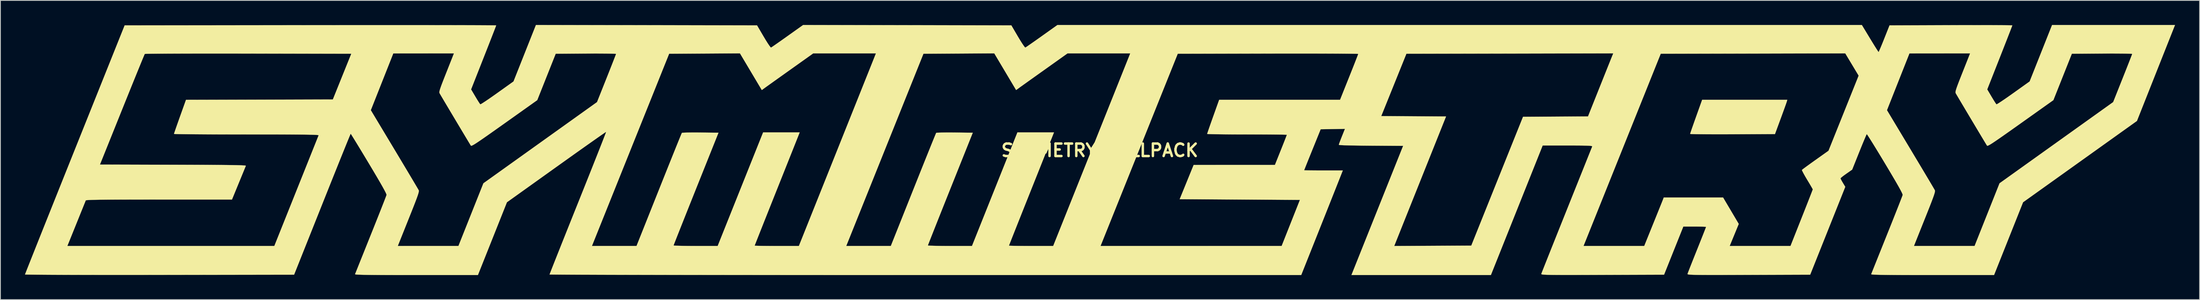
<source format=kicad_pcb>
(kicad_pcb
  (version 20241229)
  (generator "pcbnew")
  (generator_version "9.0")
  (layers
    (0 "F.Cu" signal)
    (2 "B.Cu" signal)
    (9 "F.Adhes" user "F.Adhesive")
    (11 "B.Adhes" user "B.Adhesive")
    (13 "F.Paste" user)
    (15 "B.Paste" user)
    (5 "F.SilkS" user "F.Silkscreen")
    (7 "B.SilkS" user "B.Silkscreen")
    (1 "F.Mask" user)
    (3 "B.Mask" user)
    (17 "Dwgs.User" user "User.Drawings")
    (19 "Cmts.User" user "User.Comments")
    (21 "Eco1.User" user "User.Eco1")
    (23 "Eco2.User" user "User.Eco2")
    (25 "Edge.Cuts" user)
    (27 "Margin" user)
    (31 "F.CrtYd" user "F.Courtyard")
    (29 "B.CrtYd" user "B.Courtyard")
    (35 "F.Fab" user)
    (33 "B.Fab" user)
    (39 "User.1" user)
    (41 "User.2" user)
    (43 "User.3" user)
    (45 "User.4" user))
  (footprint "SYMMETRY_FULLPACK"
    (layer "F.Cu")
    (at 131.323 15.33)
    (property "Reference" "SYMMETRY_FULLPACK" (at 0 0 0) (layer "F.SilkS") (effects (font (size 1.524 1.524) (thickness 0.3))))
    (attr through_hole)
    (fp_poly (pts (xy 83.957 -5.99) (xy 83.914 -5.859) (xy 83.822 -5.594) (xy 83.688 -5.219) (xy 83.521 -4.76) (xy 83.332 -4.241) (xy 83.205 -3.895) (xy 82.503 -1.99) (xy 77.319 -1.968) (xy 76.4 -1.965) (xy 75.532 -1.964) (xy 74.731 -1.966) (xy 74.012 -1.969) (xy 73.387 -1.974) (xy 72.873 -1.98) (xy 72.484 -1.989) (xy 72.233 -1.998) (xy 72.136 -2.009) (xy 72.135 -2.01) (xy 72.162 -2.104) (xy 72.239 -2.336) (xy 72.358 -2.683) (xy 72.512 -3.123) (xy 72.693 -3.636) (xy 72.869 -4.128) (xy 73.603 -6.181) (xy 84.008 -6.181) (xy 83.957 -5.99)) (stroke (width 0.01) (type solid)) (fill yes) (layer "F.SilkS"))
    (fp_poly (pts (xy -23.522 -15.304) (xy -10.801 -15.282) (xy -9.994 -13.906) (xy -9.736 -13.477) (xy -9.503 -13.106) (xy -9.308 -12.816) (xy -9.167 -12.628) (xy -9.094 -12.564) (xy -9.093 -12.565) (xy -9.002 -12.622) (xy -8.792 -12.764) (xy -8.481 -12.979) (xy -8.089 -13.253) (xy -7.633 -13.574) (xy -7.133 -13.928) (xy -7.085 -13.963) (xy -5.171 -15.325) (xy 93.119 -15.325) (xy 94.119 -13.674) (xy 94.407 -13.202) (xy 94.666 -12.782) (xy 94.884 -12.436) (xy 95.047 -12.183) (xy 95.143 -12.044) (xy 95.163 -12.023) (xy 95.206 -12.099) (xy 95.301 -12.308) (xy 95.438 -12.629) (xy 95.607 -13.038) (xy 95.798 -13.512) (xy 95.854 -13.653) (xy 96.501 -15.282) (xy 104.003 -15.304) (xy 105.114 -15.307) (xy 106.176 -15.308) (xy 107.175 -15.309) (xy 108.101 -15.308) (xy 108.941 -15.307) (xy 109.684 -15.304) (xy 110.316 -15.301) (xy 110.826 -15.297) (xy 111.203 -15.292) (xy 111.433 -15.286) (xy 111.506 -15.279) (xy 111.476 -15.194) (xy 111.389 -14.966) (xy 111.253 -14.611) (xy 111.071 -14.145) (xy 110.852 -13.582) (xy 110.599 -12.937) (xy 110.321 -12.227) (xy 110.021 -11.465) (xy 109.973 -11.342) (xy 108.439 -7.452) (xy 108.966 -6.561) (xy 109.175 -6.214) (xy 109.357 -5.923) (xy 109.493 -5.717) (xy 109.564 -5.627) (xy 109.565 -5.626) (xy 109.65 -5.662) (xy 109.854 -5.786) (xy 110.159 -5.984) (xy 110.548 -6.247) (xy 111.002 -6.561) (xy 111.504 -6.915) (xy 111.628 -7.003) (xy 113.619 -8.424) (xy 114.989 -11.874) (xy 116.36 -15.325) (xy 131.384 -15.325) (xy 130.25 -12.467) (xy 129.928 -11.657) (xy 129.563 -10.737) (xy 129.173 -9.754) (xy 128.778 -8.757) (xy 128.395 -7.792) (xy 128.044 -6.907) (xy 127.924 -6.604) (xy 126.732 -3.598) (xy 119.775 1.372) (xy 112.818 6.342) (xy 109.272 15.24) (xy 101.744 15.24) (xy 100.398 15.24) (xy 99.212 15.238) (xy 98.178 15.236) (xy 97.287 15.232) (xy 96.531 15.227) (xy 95.9 15.221) (xy 95.386 15.213) (xy 94.98 15.203) (xy 94.674 15.192) (xy 94.458 15.178) (xy 94.324 15.163) (xy 94.263 15.145) (xy 94.258 15.134) (xy 94.296 15.038) (xy 94.392 14.8) (xy 94.539 14.432) (xy 94.733 13.948) (xy 94.967 13.364) (xy 95.236 12.693) (xy 95.535 11.949) (xy 95.857 11.145) (xy 96.184 10.329) (xy 96.524 9.48) (xy 96.846 8.674) (xy 97.143 7.925) (xy 97.411 7.248) (xy 97.644 6.658) (xy 97.835 6.168) (xy 97.98 5.793) (xy 98.073 5.548) (xy 98.107 5.447) (xy 98.086 5.349) (xy 97.998 5.151) (xy 97.841 4.845) (xy 97.611 4.427) (xy 97.304 3.89) (xy 96.916 3.227) (xy 96.446 2.433) (xy 95.961 1.622) (xy 95.533 0.91) (xy 95.13 0.247) (xy 94.761 -0.356) (xy 94.435 -0.885) (xy 94.159 -1.325) (xy 93.943 -1.664) (xy 93.795 -1.888) (xy 93.723 -1.982) (xy 93.718 -1.984) (xy 93.672 -1.899) (xy 93.573 -1.678) (xy 93.429 -1.339) (xy 93.248 -0.906) (xy 93.04 -0.397) (xy 92.813 0.166) (xy 92.798 0.202) (xy 91.937 2.353) (xy 91.226 2.849) (xy 90.929 3.062) (xy 90.692 3.245) (xy 90.545 3.373) (xy 90.512 3.418) (xy 90.551 3.523) (xy 90.658 3.727) (xy 90.802 3.974) (xy 91.094 4.456) (xy 88.951 9.827) (xy 86.807 15.198) (xy 79.292 15.219) (xy 77.992 15.223) (xy 76.851 15.226) (xy 75.858 15.227) (xy 75.004 15.228) (xy 74.278 15.227) (xy 73.67 15.225) (xy 73.17 15.221) (xy 72.768 15.215) (xy 72.452 15.206) (xy 72.214 15.196) (xy 72.042 15.183) (xy 71.927 15.168) (xy 71.858 15.15) (xy 71.824 15.129) (xy 71.816 15.105) (xy 71.819 15.092) (xy 71.859 14.981) (xy 71.955 14.732) (xy 72.099 14.364) (xy 72.284 13.895) (xy 72.502 13.345) (xy 72.746 12.734) (xy 72.972 12.17) (xy 73.23 11.526) (xy 73.466 10.932) (xy 73.675 10.407) (xy 73.848 9.968) (xy 73.978 9.635) (xy 74.059 9.424) (xy 74.083 9.355) (xy 74.003 9.341) (xy 73.782 9.329) (xy 73.447 9.32) (xy 73.027 9.315) (xy 72.695 9.313) (xy 71.307 9.313) (xy 70.129 12.255) (xy 68.952 15.198) (xy 61.432 15.219) (xy 60.131 15.223) (xy 58.99 15.226) (xy 57.997 15.227) (xy 57.142 15.228) (xy 56.416 15.227) (xy 55.808 15.225) (xy 55.307 15.221) (xy 54.905 15.215) (xy 54.589 15.207) (xy 54.35 15.196) (xy 54.178 15.183) (xy 54.062 15.168) (xy 53.993 15.15) (xy 53.959 15.129) (xy 53.951 15.105) (xy 53.953 15.092) (xy 53.99 14.994) (xy 54.085 14.75) (xy 54.235 14.37) (xy 54.435 13.866) (xy 54.68 13.249) (xy 54.967 12.529) (xy 55.29 11.717) (xy 55.304 11.684) (xy 59.113 11.684) (xy 66.528 11.684) (xy 67.636 8.945) (xy 67.899 8.295) (xy 68.144 7.687) (xy 68.364 7.141) (xy 68.551 6.677) (xy 68.697 6.315) (xy 68.793 6.074) (xy 68.829 5.982) (xy 68.914 5.757) (xy 76.163 5.757) (xy 77.121 7.374) (xy 78.078 8.991) (xy 77.525 10.337) (xy 76.971 11.684) (xy 84.4 11.684) (xy 85.761 8.25) (xy 86.046 7.53) (xy 86.311 6.859) (xy 86.549 6.253) (xy 86.754 5.729) (xy 86.92 5.303) (xy 87.04 4.99) (xy 87.109 4.809) (xy 87.122 4.768) (xy 87.08 4.682) (xy 86.965 4.479) (xy 86.792 4.182) (xy 86.575 3.819) (xy 86.437 3.591) (xy 86.205 3.2) (xy 86.013 2.858) (xy 85.874 2.592) (xy 85.802 2.428) (xy 85.797 2.391) (xy 85.876 2.323) (xy 86.074 2.172) (xy 86.37 1.954) (xy 86.745 1.682) (xy 87.178 1.371) (xy 87.443 1.183) (xy 89.043 0.047) (xy 91.033 -4.912) (xy 96.188 -4.912) (xy 99.074 -0.107) (xy 99.569 0.72) (xy 100.041 1.507) (xy 100.481 2.242) (xy 100.881 2.913) (xy 101.235 3.506) (xy 101.534 4.01) (xy 101.771 4.411) (xy 101.939 4.698) (xy 102.031 4.858) (xy 102.045 4.884) (xy 102.058 4.957) (xy 102.044 5.077) (xy 101.998 5.259) (xy 101.916 5.519) (xy 101.79 5.869) (xy 101.618 6.325) (xy 101.393 6.903) (xy 101.11 7.615) (xy 100.967 7.974) (xy 100.695 8.653) (xy 100.437 9.298) (xy 100.201 9.888) (xy 99.996 10.402) (xy 99.829 10.821) (xy 99.708 11.122) (xy 99.645 11.282) (xy 99.486 11.684) (xy 103.189 11.683) (xy 106.892 11.682) (xy 108.417 7.852) (xy 109.941 4.022) (xy 123.825 -5.902) (xy 124.985 -8.814) (xy 125.248 -9.476) (xy 125.491 -10.089) (xy 125.706 -10.635) (xy 125.886 -11.096) (xy 126.025 -11.454) (xy 126.115 -11.691) (xy 126.149 -11.79) (xy 126.149 -11.791) (xy 126.068 -11.804) (xy 125.835 -11.815) (xy 125.467 -11.824) (xy 124.981 -11.831) (xy 124.394 -11.835) (xy 123.724 -11.837) (xy 122.987 -11.836) (xy 122.466 -11.833) (xy 118.779 -11.811) (xy 117.651 -8.976) (xy 116.523 -6.141) (xy 112.513 -3.291) (xy 111.659 -2.685) (xy 110.931 -2.17) (xy 110.32 -1.741) (xy 109.816 -1.391) (xy 109.409 -1.112) (xy 109.088 -0.898) (xy 108.843 -0.743) (xy 108.663 -0.64) (xy 108.539 -0.581) (xy 108.461 -0.561) (xy 108.417 -0.571) (xy 108.409 -0.581) (xy 108.344 -0.685) (xy 108.204 -0.915) (xy 108 -1.254) (xy 107.742 -1.682) (xy 107.443 -2.182) (xy 107.113 -2.733) (xy 106.764 -3.318) (xy 106.406 -3.917) (xy 106.051 -4.512) (xy 105.71 -5.085) (xy 105.394 -5.616) (xy 105.114 -6.087) (xy 104.882 -6.48) (xy 104.708 -6.775) (xy 104.604 -6.954) (xy 104.581 -6.993) (xy 104.56 -7.07) (xy 104.567 -7.188) (xy 104.608 -7.365) (xy 104.688 -7.621) (xy 104.815 -7.974) (xy 104.993 -8.442) (xy 105.23 -9.044) (xy 105.289 -9.195) (xy 105.514 -9.762) (xy 105.725 -10.293) (xy 105.911 -10.763) (xy 106.063 -11.146) (xy 106.17 -11.418) (xy 106.216 -11.536) (xy 106.34 -11.853) (xy 102.636 -11.85) (xy 98.933 -11.847) (xy 97.56 -8.38) (xy 96.188 -4.912) (xy 91.033 -4.912) (xy 92.726 -9.134) (xy 91.909 -10.494) (xy 91.091 -11.854) (xy 79.819 -11.832) (xy 68.547 -11.811) (xy 67.849 -10.075) (xy 67.729 -9.776) (xy 67.551 -9.331) (xy 67.318 -8.752) (xy 67.037 -8.051) (xy 66.711 -7.239) (xy 66.345 -6.328) (xy 65.944 -5.33) (xy 65.512 -4.255) (xy 65.055 -3.116) (xy 64.576 -1.924) (xy 64.081 -0.692) (xy 63.575 0.571) (xy 63.132 1.672) (xy 59.113 11.684) (xy 55.304 11.684) (xy 55.647 10.826) (xy 56.031 9.864) (xy 56.439 8.844) (xy 56.867 7.776) (xy 57.059 7.297) (xy 57.493 6.212) (xy 57.91 5.171) (xy 58.306 4.184) (xy 58.675 3.262) (xy 59.014 2.417) (xy 59.318 1.658) (xy 59.582 0.997) (xy 59.803 0.445) (xy 59.976 0.013) (xy 60.097 -0.288) (xy 60.161 -0.448) (xy 60.17 -0.471) (xy 60.162 -0.504) (xy 60.104 -0.53) (xy 59.978 -0.55) (xy 59.771 -0.566) (xy 59.467 -0.577) (xy 59.051 -0.585) (xy 58.507 -0.59) (xy 57.822 -0.592) (xy 57.167 -0.593) (xy 54.119 -0.593) (xy 47.794 15.238) (xy 30.751 15.24) (xy 33.909 7.345) (xy 37.067 -0.55) (xy 33.139 -0.572) (xy 32.115 -0.58) (xy 31.24 -0.59) (xy 30.517 -0.603) (xy 29.948 -0.619) (xy 29.539 -0.637) (xy 29.291 -0.657) (xy 29.21 -0.679) (xy 29.24 -0.787) (xy 29.322 -1.017) (xy 29.443 -1.336) (xy 29.585 -1.696) (xy 29.959 -2.629) (xy 26.996 -2.582) (xy 25.987 -0.091) (xy 25.74 0.518) (xy 25.515 1.075) (xy 25.32 1.56) (xy 25.162 1.956) (xy 25.048 2.243) (xy 24.986 2.402) (xy 24.977 2.428) (xy 25.058 2.435) (xy 25.287 2.441) (xy 25.642 2.447) (xy 26.102 2.451) (xy 26.646 2.454) (xy 27.252 2.455) (xy 27.339 2.455) (xy 29.7 2.455) (xy 28.921 4.424) (xy 28.736 4.891) (xy 28.497 5.492) (xy 28.215 6.203) (xy 27.898 7) (xy 27.557 7.859) (xy 27.199 8.757) (xy 26.836 9.67) (xy 26.476 10.575) (xy 26.38 10.816) (xy 24.618 15.24) (xy -21.304 15.24) (xy -24.084 15.24) (xy -26.822 15.239) (xy -29.513 15.239) (xy -32.151 15.238) (xy -34.733 15.237) (xy -37.252 15.236) (xy -39.705 15.234) (xy -42.085 15.232) (xy -44.39 15.231) (xy -46.613 15.228) (xy -48.749 15.226) (xy -50.794 15.224) (xy -52.744 15.221) (xy -54.592 15.218) (xy -56.335 15.215) (xy -57.967 15.212) (xy -59.483 15.209) (xy -60.88 15.206) (xy -62.15 15.202) (xy -63.291 15.199) (xy -64.297 15.195) (xy -65.163 15.191) (xy -65.884 15.187) (xy -66.456 15.183) (xy -66.873 15.179) (xy -67.131 15.175) (xy -67.225 15.171) (xy -67.225 15.171) (xy -67.194 15.084) (xy -67.104 14.851) (xy -66.959 14.481) (xy -66.763 13.984) (xy -66.52 13.37) (xy -66.234 12.65) (xy -65.909 11.834) (xy -65.85 11.684) (xy -62.045 11.684) (xy -56.6 11.682) (xy -53.857 4.804) (xy -53.447 3.777) (xy -53.054 2.795) (xy -52.684 1.869) (xy -52.339 1.011) (xy -52.026 0.232) (xy -51.749 -0.456) (xy -51.511 -1.042) (xy -51.319 -1.515) (xy -51.176 -1.863) (xy -51.087 -2.075) (xy -51.057 -2.139) (xy -50.961 -2.156) (xy -50.718 -2.169) (xy -50.351 -2.179) (xy -49.884 -2.184) (xy -49.34 -2.185) (xy -48.792 -2.182) (xy -46.583 -2.159) (xy -49.327 4.698) (xy -49.736 5.723) (xy -50.128 6.703) (xy -50.496 7.627) (xy -50.836 8.483) (xy -51.145 9.26) (xy -51.417 9.946) (xy -51.648 10.53) (xy -51.833 11.001) (xy -51.968 11.347) (xy -52.048 11.557) (xy -52.07 11.62) (xy -51.989 11.636) (xy -51.758 11.65) (xy -51.398 11.662) (xy -50.93 11.672) (xy -50.372 11.679) (xy -49.746 11.683) (xy -49.377 11.684) (xy -46.685 11.684) (xy -43.908 4.741) (xy -41.131 -2.201) (xy -36.662 -2.201) (xy -36.786 -1.884) (xy -36.836 -1.758) (xy -36.944 -1.487) (xy -37.104 -1.083) (xy -37.313 -0.558) (xy -37.565 0.075) (xy -37.856 0.803) (xy -38.18 1.616) (xy -38.532 2.5) (xy -38.908 3.443) (xy -39.303 4.433) (xy -39.537 5.02) (xy -39.937 6.024) (xy -40.319 6.982) (xy -40.677 7.883) (xy -41.008 8.714) (xy -41.306 9.466) (xy -41.568 10.125) (xy -41.787 10.681) (xy -41.961 11.122) (xy -42.084 11.436) (xy -42.152 11.611) (xy -42.164 11.645) (xy -42.083 11.655) (xy -41.852 11.663) (xy -41.492 11.671) (xy -41.023 11.677) (xy -40.465 11.681) (xy -39.839 11.684) (xy -39.463 11.684) (xy -36.762 11.684) (xy -30.973 11.684) (xy -25.527 11.682) (xy -22.784 4.804) (xy -22.374 3.777) (xy -21.982 2.795) (xy -21.611 1.869) (xy -21.267 1.011) (xy -20.953 0.232) (xy -20.676 -0.456) (xy -20.439 -1.042) (xy -20.246 -1.515) (xy -20.103 -1.863) (xy -20.014 -2.075) (xy -19.985 -2.139) (xy -19.888 -2.156) (xy -19.645 -2.169) (xy -19.278 -2.179) (xy -18.812 -2.184) (xy -18.267 -2.185) (xy -17.719 -2.182) (xy -15.511 -2.159) (xy -18.254 4.698) (xy -18.664 5.723) (xy -19.055 6.703) (xy -19.423 7.627) (xy -19.764 8.483) (xy -20.072 9.26) (xy -20.344 9.946) (xy -20.575 10.53) (xy -20.76 11.001) (xy -20.895 11.347) (xy -20.975 11.557) (xy -20.997 11.62) (xy -20.916 11.636) (xy -20.685 11.65) (xy -20.326 11.662) (xy -19.857 11.672) (xy -19.299 11.679) (xy -18.673 11.683) (xy -18.305 11.684) (xy -15.612 11.684) (xy -12.835 4.741) (xy -10.059 -2.201) (xy -5.589 -2.201) (xy -5.713 -1.884) (xy -5.763 -1.758) (xy -5.871 -1.487) (xy -6.032 -1.083) (xy -6.241 -0.558) (xy -6.493 0.075) (xy -6.783 0.803) (xy -7.107 1.616) (xy -7.459 2.5) (xy -7.835 3.443) (xy -8.23 4.433) (xy -8.464 5.02) (xy -8.864 6.024) (xy -9.246 6.982) (xy -9.604 7.883) (xy -9.935 8.714) (xy -10.233 9.466) (xy -10.495 10.125) (xy -10.715 10.681) (xy -10.888 11.122) (xy -11.011 11.436) (xy -11.079 11.611) (xy -11.091 11.645) (xy -11.01 11.655) (xy -10.779 11.663) (xy -10.42 11.671) (xy -9.951 11.677) (xy -9.393 11.681) (xy -8.766 11.684) (xy -8.39 11.684) (xy -5.69 11.684) (xy 0.1 11.684) (xy 11.162 11.684) (xy 22.225 11.683) (xy 23.34 8.869) (xy 24.456 6.054) (xy 17.11 6.011) (xy 9.765 5.969) (xy 10.619 3.875) (xy 11.472 1.781) (xy 16.438 1.78) (xy 21.403 1.778) (xy 22.132 -0.043) (xy 22.339 -0.561) (xy 22.523 -1.026) (xy 22.675 -1.415) (xy 22.787 -1.704) (xy 22.85 -1.872) (xy 22.86 -1.905) (xy 22.778 -1.913) (xy 22.541 -1.92) (xy 22.165 -1.927) (xy 21.665 -1.933) (xy 21.055 -1.938) (xy 20.35 -1.942) (xy 19.566 -1.945) (xy 18.717 -1.947) (xy 17.992 -1.947) (xy 17.101 -1.948) (xy 16.263 -1.951) (xy 15.493 -1.956) (xy 14.805 -1.963) (xy 14.214 -1.971) (xy 13.736 -1.98) (xy 13.385 -1.99) (xy 13.177 -2.001) (xy 13.122 -2.011) (xy 13.15 -2.105) (xy 13.227 -2.336) (xy 13.346 -2.683) (xy 13.5 -3.123) (xy 13.681 -3.635) (xy 13.856 -4.128) (xy 13.879 -4.191) (xy 34.397 -4.191) (xy 38.356 -4.169) (xy 42.316 -4.147) (xy 39.31 3.366) (xy 38.877 4.449) (xy 38.459 5.493) (xy 38.061 6.487) (xy 37.688 7.42) (xy 37.344 8.28) (xy 37.034 9.055) (xy 36.763 9.734) (xy 36.535 10.306) (xy 36.354 10.758) (xy 36.225 11.08) (xy 36.154 11.259) (xy 36.145 11.283) (xy 35.985 11.685) (xy 45.394 11.642) (xy 48.556 3.768) (xy 51.718 -4.106) (xy 55.688 -4.128) (xy 59.658 -4.15) (xy 61.086 -7.727) (xy 61.384 -8.472) (xy 61.665 -9.176) (xy 61.924 -9.823) (xy 62.153 -10.395) (xy 62.345 -10.875) (xy 62.493 -11.245) (xy 62.591 -11.488) (xy 62.627 -11.578) (xy 62.741 -11.854) (xy 50.106 -11.832) (xy 37.471 -11.811) (xy 34.397 -4.191) (xy 13.879 -4.191) (xy 14.59 -6.181) (xy 29.362 -6.181) (xy 30.471 -8.954) (xy 30.729 -9.599) (xy 30.966 -10.195) (xy 31.174 -10.723) (xy 31.346 -11.165) (xy 31.477 -11.502) (xy 31.557 -11.717) (xy 31.581 -11.79) (xy 31.498 -11.798) (xy 31.255 -11.805) (xy 30.863 -11.811) (xy 30.332 -11.817) (xy 29.671 -11.822) (xy 28.89 -11.827) (xy 28 -11.83) (xy 27.01 -11.833) (xy 25.93 -11.835) (xy 24.77 -11.836) (xy 23.54 -11.836) (xy 22.25 -11.835) (xy 20.91 -11.833) (xy 20.557 -11.832) (xy 9.534 -11.811) (xy 8.837 -10.075) (xy 8.717 -9.776) (xy 8.538 -9.331) (xy 8.305 -8.752) (xy 8.024 -8.051) (xy 7.698 -7.239) (xy 7.332 -6.328) (xy 6.931 -5.33) (xy 6.5 -4.255) (xy 6.042 -3.116) (xy 5.564 -1.924) (xy 5.069 -0.692) (xy 4.562 0.571) (xy 4.12 1.672) (xy 0.1 11.684) (xy -5.69 11.684) (xy -1.142 0.318) (xy -0.61 -1.014) (xy -0.093 -2.306) (xy 0.405 -3.551) (xy 0.88 -4.738) (xy 1.328 -5.86) (xy 1.747 -6.905) (xy 2.131 -7.867) (xy 2.478 -8.734) (xy 2.783 -9.498) (xy 3.044 -10.15) (xy 3.256 -10.681) (xy 3.416 -11.082) (xy 3.521 -11.343) (xy 3.564 -11.451) (xy 3.723 -11.853) (xy -3.938 -11.853) (xy -6.689 -9.896) (xy -7.309 -9.455) (xy -7.9 -9.034) (xy -8.445 -8.646) (xy -8.925 -8.303) (xy -9.324 -8.018) (xy -9.624 -7.804) (xy -9.807 -7.672) (xy -9.829 -7.655) (xy -10.218 -7.371) (xy -11.553 -9.613) (xy -12.888 -11.855) (xy -17.214 -11.833) (xy -21.539 -11.811) (xy -22.236 -10.075) (xy -22.356 -9.776) (xy -22.535 -9.331) (xy -22.767 -8.752) (xy -23.049 -8.051) (xy -23.375 -7.239) (xy -23.741 -6.328) (xy -24.142 -5.33) (xy -24.573 -4.255) (xy -25.03 -3.116) (xy -25.509 -1.924) (xy -26.004 -0.692) (xy -26.511 0.571) (xy -26.953 1.672) (xy -30.973 11.684) (xy -36.762 11.684) (xy -32.215 0.318) (xy -31.683 -1.014) (xy -31.166 -2.306) (xy -30.668 -3.551) (xy -30.193 -4.738) (xy -29.744 -5.86) (xy -29.326 -6.905) (xy -28.942 -7.867) (xy -28.595 -8.734) (xy -28.289 -9.498) (xy -28.028 -10.15) (xy -27.816 -10.681) (xy -27.656 -11.082) (xy -27.552 -11.343) (xy -27.509 -11.451) (xy -27.35 -11.853) (xy -35.011 -11.853) (xy -37.762 -9.896) (xy -38.382 -9.455) (xy -38.973 -9.034) (xy -39.517 -8.646) (xy -39.998 -8.303) (xy -40.397 -8.018) (xy -40.696 -7.804) (xy -40.879 -7.672) (xy -40.902 -7.655) (xy -41.291 -7.371) (xy -43.961 -11.855) (xy -48.286 -11.833) (xy -52.611 -11.811) (xy -53.309 -10.075) (xy -53.429 -9.776) (xy -53.607 -9.331) (xy -53.84 -8.752) (xy -54.121 -8.051) (xy -54.447 -7.239) (xy -54.813 -6.328) (xy -55.214 -5.33) (xy -55.646 -4.255) (xy -56.103 -3.116) (xy -56.582 -1.924) (xy -57.077 -0.692) (xy -57.583 0.571) (xy -58.026 1.672) (xy -62.045 11.684) (xy -65.85 11.684) (xy -65.55 10.931) (xy -65.159 9.952) (xy -64.741 8.907) (xy -64.301 7.806) (xy -63.841 6.66) (xy -63.752 6.438) (xy -63.29 5.284) (xy -62.847 4.176) (xy -62.426 3.121) (xy -62.032 2.131) (xy -61.669 1.216) (xy -61.34 0.386) (xy -61.049 -0.35) (xy -60.801 -0.981) (xy -60.6 -1.498) (xy -60.449 -1.889) (xy -60.352 -2.145) (xy -60.314 -2.256) (xy -60.313 -2.26) (xy -60.386 -2.217) (xy -60.586 -2.083) (xy -60.904 -1.863) (xy -61.329 -1.566) (xy -61.853 -1.198) (xy -62.465 -0.767) (xy -63.155 -0.279) (xy -63.914 0.259) (xy -64.73 0.84) (xy -65.595 1.457) (xy -66.39 2.024) (xy -72.432 6.343) (xy -75.978 15.24) (xy -83.506 15.24) (xy -84.853 15.24) (xy -86.039 15.238) (xy -87.072 15.236) (xy -87.963 15.232) (xy -88.72 15.227) (xy -89.351 15.221) (xy -89.865 15.213) (xy -90.27 15.203) (xy -90.577 15.192) (xy -90.793 15.178) (xy -90.927 15.163) (xy -90.988 15.145) (xy -90.993 15.134) (xy -90.955 15.038) (xy -90.859 14.8) (xy -90.711 14.432) (xy -90.518 13.948) (xy -90.284 13.364) (xy -90.014 12.693) (xy -89.716 11.949) (xy -89.394 11.145) (xy -89.067 10.329) (xy -88.726 9.48) (xy -88.405 8.674) (xy -88.107 7.925) (xy -87.839 7.248) (xy -87.607 6.658) (xy -87.415 6.168) (xy -87.271 5.793) (xy -87.178 5.548) (xy -87.144 5.447) (xy -87.165 5.349) (xy -87.253 5.151) (xy -87.41 4.846) (xy -87.64 4.428) (xy -87.947 3.89) (xy -88.334 3.228) (xy -88.804 2.434) (xy -89.293 1.616) (xy -89.722 0.903) (xy -90.124 0.236) (xy -90.492 -0.371) (xy -90.817 -0.904) (xy -91.091 -1.35) (xy -91.305 -1.695) (xy -91.451 -1.926) (xy -91.52 -2.028) (xy -91.525 -2.032) (xy -91.561 -1.955) (xy -91.656 -1.73) (xy -91.805 -1.369) (xy -92.005 -0.88) (xy -92.251 -0.274) (xy -92.539 0.439) (xy -92.866 1.248) (xy -93.226 2.145) (xy -93.617 3.118) (xy -94.034 4.159) (xy -94.472 5.255) (xy -94.929 6.399) (xy -95.002 6.583) (xy -98.438 15.198) (xy -114.878 15.219) (xy -116.533 15.221) (xy -118.143 15.222) (xy -119.698 15.222) (xy -121.192 15.222) (xy -122.615 15.221) (xy -123.96 15.219) (xy -125.219 15.217) (xy -126.383 15.214) (xy -127.444 15.21) (xy -128.395 15.206) (xy -129.226 15.201) (xy -129.931 15.196) (xy -130.5 15.19) (xy -130.926 15.184) (xy -131.2 15.178) (xy -131.315 15.171) (xy -131.318 15.169) (xy -131.287 15.085) (xy -131.196 14.851) (xy -131.048 14.475) (xy -130.846 13.964) (xy -130.593 13.327) (xy -130.292 12.571) (xy -129.947 11.704) (xy -129.939 11.684) (xy -126.142 11.684) (xy -100.855 11.684) (xy -98.17 4.974) (xy -97.764 3.959) (xy -97.375 2.989) (xy -97.009 2.074) (xy -96.67 1.226) (xy -96.363 0.458) (xy -96.092 -0.22) (xy -95.861 -0.795) (xy -95.677 -1.256) (xy -95.543 -1.592) (xy -95.463 -1.79) (xy -95.443 -1.841) (xy -95.467 -1.859) (xy -95.557 -1.875) (xy -95.723 -1.888) (xy -95.972 -1.9) (xy -96.312 -1.911) (xy -96.752 -1.92) (xy -97.299 -1.927) (xy -97.962 -1.933) (xy -98.749 -1.938) (xy -99.667 -1.942) (xy -100.725 -1.945) (xy -101.931 -1.946) (xy -103.293 -1.947) (xy -104.258 -1.947) (xy -105.467 -1.948) (xy -106.627 -1.95) (xy -107.728 -1.952) (xy -108.758 -1.956) (xy -109.706 -1.961) (xy -110.56 -1.966) (xy -111.311 -1.973) (xy -111.946 -1.979) (xy -112.456 -1.987) (xy -112.827 -1.995) (xy -113.051 -2.003) (xy -113.116 -2.011) (xy -113.088 -2.105) (xy -113.011 -2.336) (xy -112.892 -2.683) (xy -112.738 -3.123) (xy -112.557 -3.635) (xy -112.382 -4.127) (xy -112.101 -4.912) (xy -89.063 -4.912) (xy -86.177 -0.107) (xy -85.681 0.72) (xy -85.21 1.507) (xy -84.77 2.242) (xy -84.37 2.913) (xy -84.016 3.506) (xy -83.717 4.01) (xy -83.48 4.411) (xy -83.311 4.698) (xy -83.22 4.858) (xy -83.206 4.884) (xy -83.193 4.957) (xy -83.207 5.077) (xy -83.252 5.259) (xy -83.335 5.519) (xy -83.46 5.869) (xy -83.633 6.325) (xy -83.858 6.903) (xy -84.14 7.615) (xy -84.284 7.974) (xy -84.555 8.653) (xy -84.813 9.298) (xy -85.049 9.888) (xy -85.255 10.402) (xy -85.422 10.821) (xy -85.542 11.122) (xy -85.606 11.282) (xy -85.765 11.684) (xy -82.062 11.683) (xy -78.359 11.682) (xy -76.834 7.852) (xy -75.309 4.022) (xy -68.367 -0.94) (xy -61.426 -5.902) (xy -60.265 -8.814) (xy -60.002 -9.476) (xy -59.76 -10.089) (xy -59.545 -10.635) (xy -59.365 -11.096) (xy -59.226 -11.454) (xy -59.136 -11.691) (xy -59.101 -11.79) (xy -59.101 -11.791) (xy -59.182 -11.804) (xy -59.415 -11.815) (xy -59.784 -11.824) (xy -60.27 -11.831) (xy -60.856 -11.835) (xy -61.527 -11.837) (xy -62.263 -11.836) (xy -62.784 -11.833) (xy -66.472 -11.811) (xy -67.6 -8.976) (xy -68.727 -6.141) (xy -72.737 -3.291) (xy -73.592 -2.685) (xy -74.32 -2.17) (xy -74.93 -1.741) (xy -75.434 -1.391) (xy -75.842 -1.112) (xy -76.163 -0.898) (xy -76.408 -0.743) (xy -76.588 -0.64) (xy -76.711 -0.581) (xy -76.79 -0.561) (xy -76.834 -0.571) (xy -76.842 -0.581) (xy -76.907 -0.685) (xy -77.047 -0.915) (xy -77.251 -1.254) (xy -77.508 -1.682) (xy -77.807 -2.182) (xy -78.137 -2.733) (xy -78.487 -3.318) (xy -78.844 -3.917) (xy -79.199 -4.512) (xy -79.541 -5.085) (xy -79.857 -5.616) (xy -80.137 -6.087) (xy -80.369 -6.48) (xy -80.543 -6.775) (xy -80.647 -6.954) (xy -80.669 -6.993) (xy -80.69 -7.07) (xy -80.684 -7.188) (xy -80.643 -7.365) (xy -80.562 -7.621) (xy -80.436 -7.974) (xy -80.257 -8.442) (xy -80.021 -9.044) (xy -79.961 -9.195) (xy -79.736 -9.762) (xy -79.526 -10.293) (xy -79.34 -10.763) (xy -79.188 -11.146) (xy -79.081 -11.418) (xy -79.035 -11.536) (xy -78.911 -11.853) (xy -82.614 -11.85) (xy -86.318 -11.847) (xy -87.69 -8.38) (xy -89.063 -4.912) (xy -112.101 -4.912) (xy -111.648 -6.18) (xy -102.676 -6.201) (xy -93.705 -6.223) (xy -92.579 -9.017) (xy -91.452 -11.811) (xy -104.036 -11.832) (xy -105.482 -11.834) (xy -106.883 -11.836) (xy -108.228 -11.836) (xy -109.508 -11.835) (xy -110.713 -11.834) (xy -111.835 -11.832) (xy -112.865 -11.829) (xy -113.791 -11.826) (xy -114.606 -11.821) (xy -115.3 -11.816) (xy -115.864 -11.811) (xy -116.288 -11.805) (xy -116.562 -11.798) (xy -116.678 -11.791) (xy -116.681 -11.79) (xy -116.722 -11.704) (xy -116.82 -11.472) (xy -116.973 -11.105) (xy -117.174 -10.616) (xy -117.419 -10.016) (xy -117.705 -9.317) (xy -118.025 -8.529) (xy -118.375 -7.665) (xy -118.75 -6.736) (xy -119.147 -5.753) (xy -119.452 -4.995) (xy -122.16 1.736) (xy -113.226 1.757) (xy -111.75 1.761) (xy -110.436 1.765) (xy -109.275 1.77) (xy -108.259 1.776) (xy -107.381 1.782) (xy -106.632 1.789) (xy -106.005 1.797) (xy -105.49 1.806) (xy -105.082 1.817) (xy -104.77 1.829) (xy -104.548 1.842) (xy -104.408 1.856) (xy -104.341 1.873) (xy -104.333 1.884) (xy -104.375 1.989) (xy -104.473 2.227) (xy -104.616 2.578) (xy -104.798 3.02) (xy -105.007 3.529) (xy -105.201 4) (xy -106.027 6.011) (xy -114.938 6.011) (xy -116.416 6.012) (xy -117.733 6.013) (xy -118.896 6.015) (xy -119.914 6.018) (xy -120.796 6.022) (xy -121.548 6.028) (xy -122.179 6.034) (xy -122.698 6.043) (xy -123.111 6.052) (xy -123.428 6.063) (xy -123.656 6.076) (xy -123.804 6.091) (xy -123.879 6.107) (xy -123.893 6.117) (xy -123.933 6.218) (xy -124.03 6.457) (xy -124.175 6.816) (xy -124.361 7.276) (xy -124.58 7.817) (xy -124.824 8.422) (xy -125.039 8.954) (xy -126.142 11.684) (xy -129.939 11.684) (xy -129.56 10.732) (xy -129.134 9.664) (xy -128.672 8.508) (xy -128.177 7.271) (xy -127.653 5.96) (xy -127.102 4.583) (xy -126.528 3.148) (xy -125.933 1.663) (xy -125.321 0.135) (xy -125.23 -0.092) (xy -119.142 -15.282) (xy -96.444 -15.304) (xy -94.495 -15.305) (xy -92.591 -15.307) (xy -90.738 -15.308) (xy -88.944 -15.308) (xy -87.215 -15.308) (xy -85.558 -15.308) (xy -83.98 -15.308) (xy -82.489 -15.307) (xy -81.091 -15.306) (xy -79.792 -15.305) (xy -78.6 -15.303) (xy -77.522 -15.301) (xy -76.565 -15.299) (xy -75.736 -15.296) (xy -75.041 -15.293) (xy -74.487 -15.29) (xy -74.082 -15.287) (xy -73.832 -15.283) (xy -73.745 -15.279) (xy -73.745 -15.279) (xy -73.775 -15.194) (xy -73.861 -14.966) (xy -73.998 -14.611) (xy -74.179 -14.145) (xy -74.399 -13.582) (xy -74.651 -12.937) (xy -74.93 -12.227) (xy -75.23 -11.465) (xy -75.278 -11.342) (xy -76.811 -7.452) (xy -76.284 -6.561) (xy -76.076 -6.214) (xy -75.893 -5.923) (xy -75.757 -5.717) (xy -75.686 -5.627) (xy -75.685 -5.626) (xy -75.601 -5.662) (xy -75.397 -5.786) (xy -75.092 -5.984) (xy -74.703 -6.247) (xy -74.248 -6.561) (xy -73.746 -6.915) (xy -73.622 -7.003) (xy -71.631 -8.424) (xy -70.261 -11.875) (xy -68.891 -15.325) (xy -55.382 -15.304) (xy -41.874 -15.282) (xy -41.066 -13.906) (xy -40.809 -13.477) (xy -40.576 -13.106) (xy -40.381 -12.816) (xy -40.24 -12.628) (xy -40.167 -12.564) (xy -40.166 -12.565) (xy -40.075 -12.622) (xy -39.865 -12.764) (xy -39.554 -12.979) (xy -39.162 -13.253) (xy -38.706 -13.574) (xy -38.206 -13.929) (xy -38.158 -13.963) (xy -36.243 -15.325) (xy -23.522 -15.304)) (stroke (width 0.01) (type solid)) (fill yes) (layer "F.SilkS")))
  (gr_rect
    (start -3 -3)
    (end 265.712 33.575)
    (stroke (width 0.1) (type default))
    (fill no)
    (layer "Edge.Cuts")))
</source>
